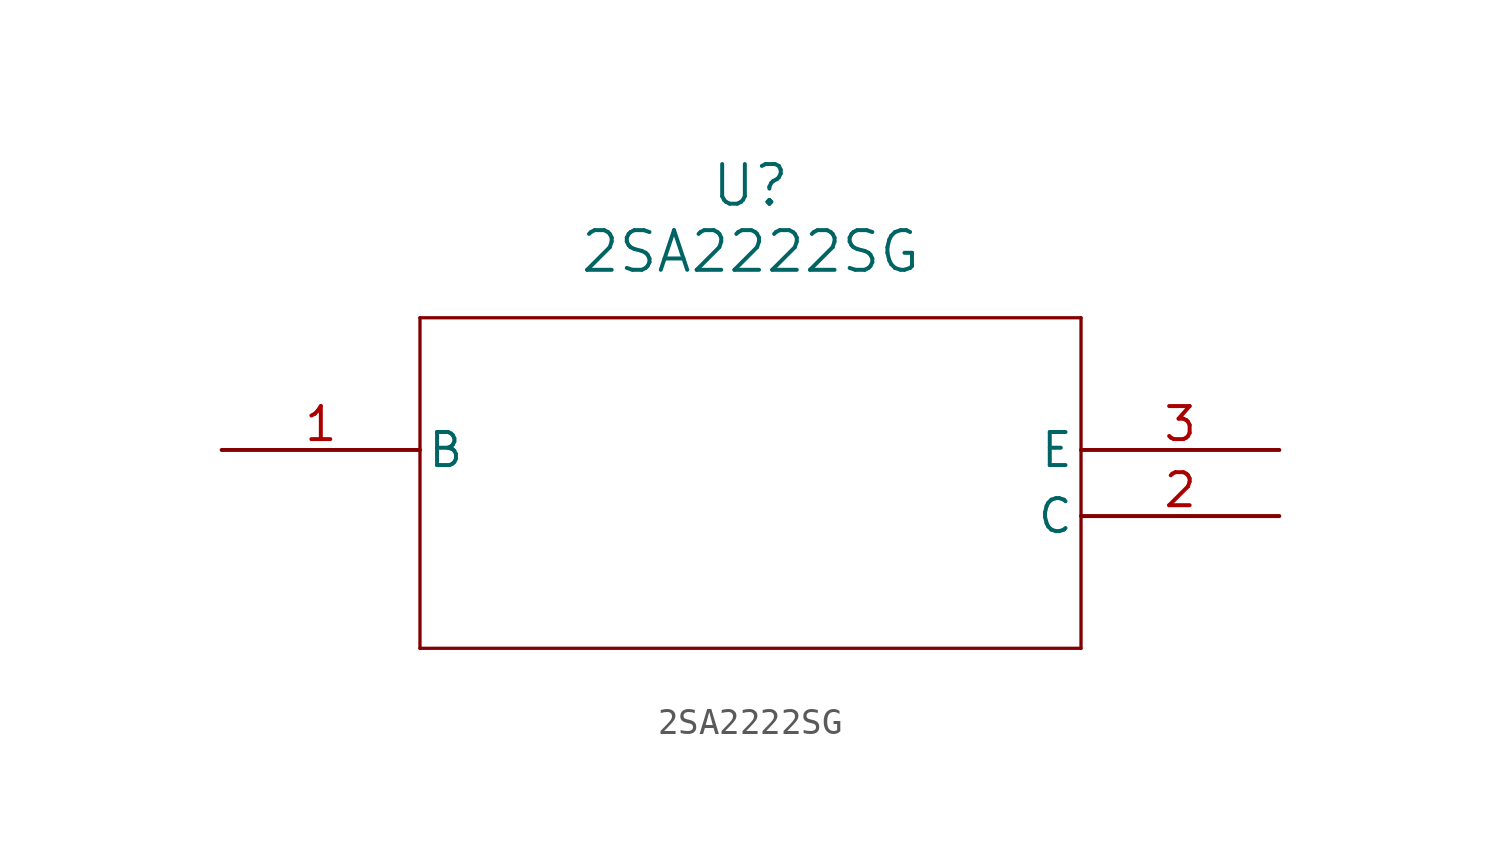
<source format=kicad_sym>
(kicad_symbol_lib
  (version 20211014)
  (generator kicad_symbol_editor)
  (symbol "2SA2222SG"
    (pin_names
      (offset 0.254))
    (property "Reference" "U"
      (at 20.32 10.16 0)
      (effects (font (size 1.524 1.524))))
    (property "Value" "2SA2222SG"
      (at 20.32 7.62 0)
      (effects (font (size 1.524 1.524))))
    (symbol "2SA2222SG_0_1"
      (polyline (pts (xy 7.62 5.08) (xy 7.62 -7.62)) (stroke (width 0.127) (type default) (color 0 0 0 0)) (fill (type none)))
      (polyline (pts (xy 7.62 -7.62) (xy 33.02 -7.62)) (stroke (width 0.127) (type default) (color 0 0 0 0)) (fill (type none)))
      (polyline (pts (xy 33.02 -7.62) (xy 33.02 5.08)) (stroke (width 0.127) (type default) (color 0 0 0 0)) (fill (type none)))
      (polyline (pts (xy 33.02 5.08) (xy 7.62 5.08)) (stroke (width 0.127) (type default) (color 0 0 0 0)) (fill (type none)))
      (pin unspecified line (at 0 0 0) (length 7.62) (name "B" (effects (font (size 1.27 1.27)))) (number "1" (effects (font (size 1.27 1.27)))))
      (pin unspecified line (at 40.64 -2.54 180) (length 7.62) (name "C" (effects (font (size 1.27 1.27)))) (number "2" (effects (font (size 1.27 1.27)))))
      (pin unspecified line (at 40.64 0 180) (length 7.62) (name "E" (effects (font (size 1.27 1.27)))) (number "3" (effects (font (size 1.27 1.27))))))))
</source>
